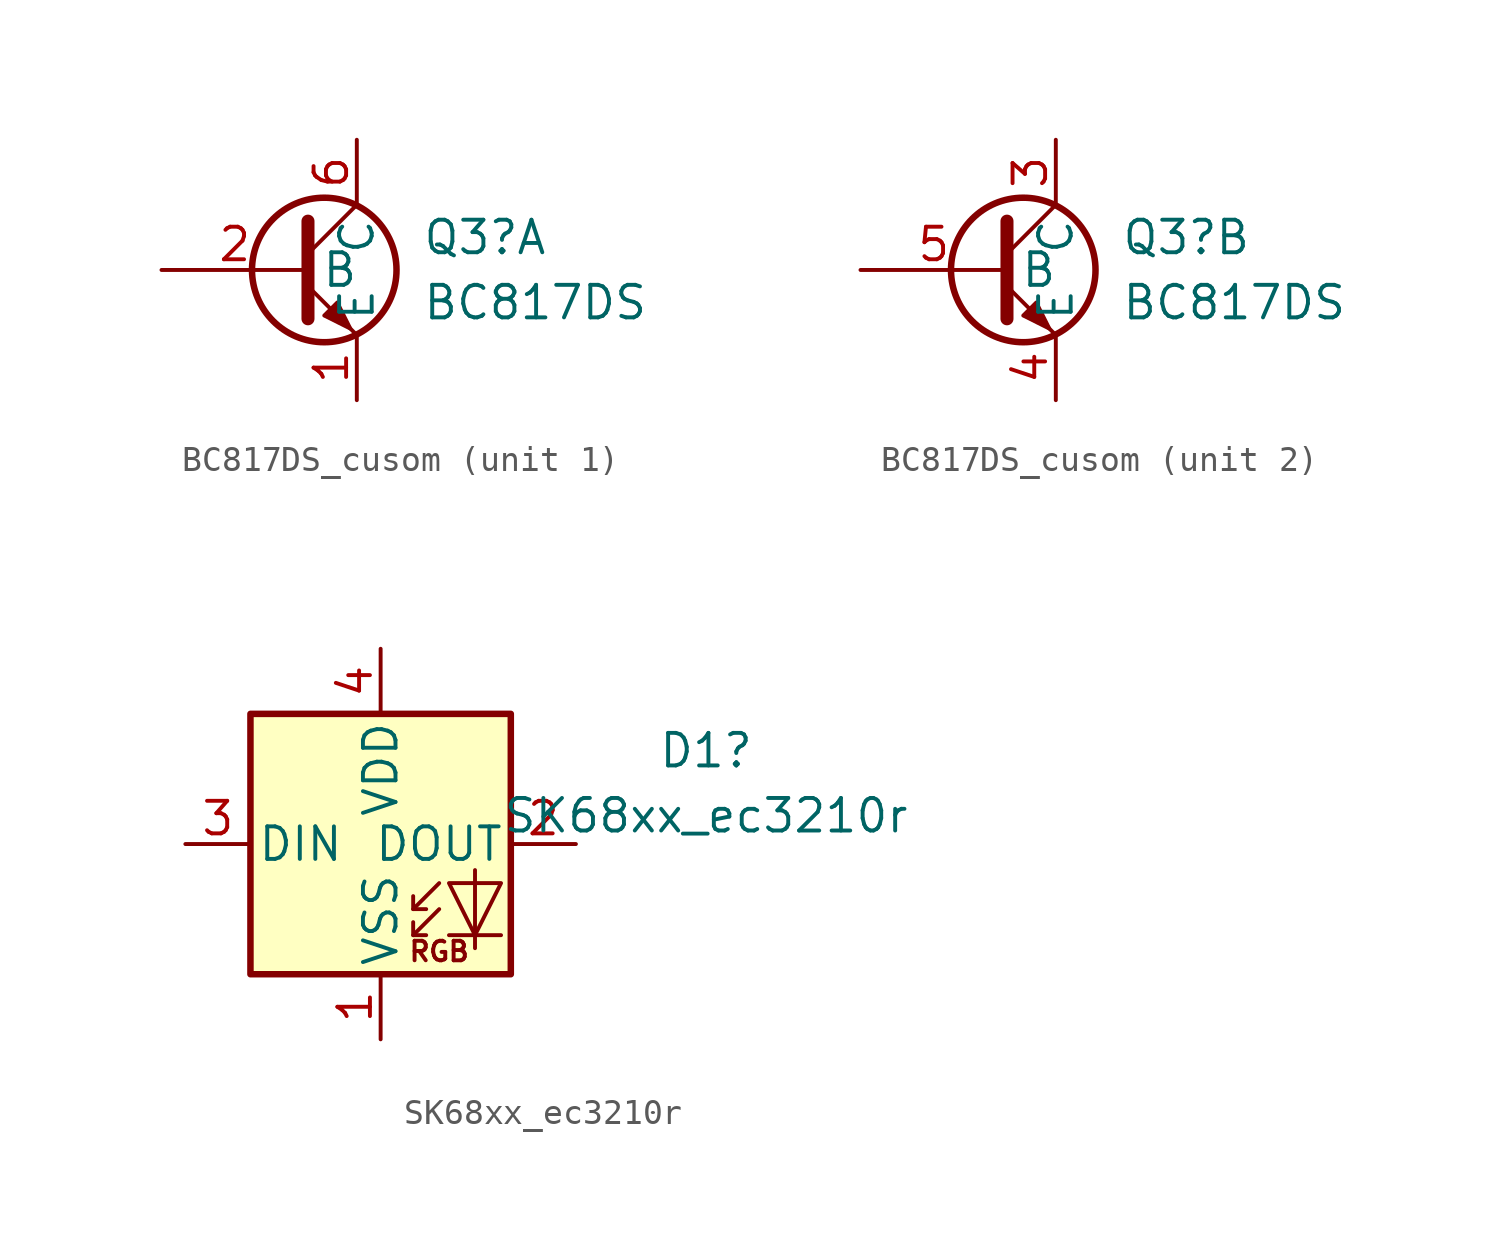
<source format=kicad_sym>
(kicad_symbol_lib
  (version 20220914)
  (generator kicad_symbol_editor)
  (symbol "BC817DS_cusom"
    (property "Reference" "Q3"
      (at 2.54 1.27 0)
      (effects (font (size 1.27 1.27)) (justify left)))
    (property "Value" "BC817DS"
      (at 2.54 -1.27 0)
      (effects (font (size 1.27 1.27)) (justify left)))
    (symbol "BC817DS_cusom_0_1"
      (circle (center -1.27 0) (radius 2.819) (stroke (width 0.254) (type default)) (fill (type none)))
      (polyline (pts (xy -1.905 0.635) (xy 0 2.54)) (stroke (width 0) (type default)) (fill (type none)))
      (polyline (pts (xy -1.905 -0.635) (xy 0 -2.54) (xy 0 -2.54)) (stroke (width 0) (type default)) (fill (type none)))
      (polyline (pts (xy -1.905 1.905) (xy -1.905 -1.905) (xy -1.905 -1.905)) (stroke (width 0.508) (type default)) (fill (type none)))
      (polyline (pts (xy -1.27 -1.778) (xy -0.762 -1.27) (xy -0.254 -2.286) (xy -1.27 -1.778) (xy -1.27 -1.778)) (stroke (width 0) (type default)) (fill (type outline))))
    (symbol "BC817DS_cusom_1_1"
      (pin passive line (at 0 -5.08 90) (length 2.54) (name "E" (effects (font (size 1.27 1.27)))) (number "1" (effects (font (size 1.27 1.27)))))
      (pin input line (at -7.62 0 0) (length 5.715) (name "B" (effects (font (size 1.27 1.27)))) (number "2" (effects (font (size 1.27 1.27)))))
      (pin passive line (at 0 5.08 270) (length 2.54) (name "C" (effects (font (size 1.27 1.27)))) (number "6" (effects (font (size 1.27 1.27))))))
    (symbol "BC817DS_cusom_2_1"
      (pin passive line (at 0 5.08 270) (length 2.54) (name "C" (effects (font (size 1.27 1.27)))) (number "3" (effects (font (size 1.27 1.27)))))
      (pin passive line (at 0 -5.08 90) (length 2.54) (name "E" (effects (font (size 1.27 1.27)))) (number "4" (effects (font (size 1.27 1.27)))))
      (pin input line (at -7.62 0 0) (length 5.715) (name "B" (effects (font (size 1.27 1.27)))) (number "5" (effects (font (size 1.27 1.27)))))))
  (symbol "SK68xx_ec3210r"
    (pin_names
      (offset 0.254))
    (property "Reference" "D1"
      (at 12.7 3.648 0)
      (effects (font (size 1.27 1.27))))
    (property "Value" "SK68xx_ec3210r"
      (at 12.7 1.108 0)
      (effects (font (size 1.27 1.27))))
    (symbol "SK68xx_ec3210r_0_0"
      (text "RGB" (at 2.286 -4.191 0) (effects (font (size 0.762 0.762)))))
    (symbol "SK68xx_ec3210r_0_1"
      (polyline (pts (xy 1.27 -3.556) (xy 1.778 -3.556)) (stroke (width 0) (type default)) (fill (type none)))
      (polyline (pts (xy 1.27 -2.54) (xy 1.778 -2.54)) (stroke (width 0) (type default)) (fill (type none)))
      (polyline (pts (xy 4.699 -3.556) (xy 2.667 -3.556)) (stroke (width 0) (type default)) (fill (type none)))
      (polyline (pts (xy 2.286 -2.54) (xy 1.27 -3.556) (xy 1.27 -3.048)) (stroke (width 0) (type default)) (fill (type none)))
      (polyline (pts (xy 2.286 -1.524) (xy 1.27 -2.54) (xy 1.27 -2.032)) (stroke (width 0) (type default)) (fill (type none)))
      (polyline (pts (xy 3.683 -1.016) (xy 3.683 -3.556) (xy 3.683 -4.064)) (stroke (width 0) (type default)) (fill (type none)))
      (polyline (pts (xy 4.699 -1.524) (xy 2.667 -1.524) (xy 3.683 -3.556) (xy 4.699 -1.524)) (stroke (width 0) (type default)) (fill (type none)))
      (rectangle (start 5.08 5.08) (end -5.08 -5.08) (stroke (width 0.254) (type default)) (fill (type background))))
    (symbol "SK68xx_ec3210r_1_1"
      (pin power_in line (at 0 -7.62 90) (length 2.54) (name "VSS" (effects (font (size 1.27 1.27)))) (number "1" (effects (font (size 1.27 1.27)))))
      (pin output line (at 7.62 0 180) (length 2.54) (name "DOUT" (effects (font (size 1.27 1.27)))) (number "2" (effects (font (size 1.27 1.27)))))
      (pin input line (at -7.62 0 0) (length 2.54) (name "DIN" (effects (font (size 1.27 1.27)))) (number "3" (effects (font (size 1.27 1.27)))))
      (pin power_in line (at 0 7.62 270) (length 2.54) (name "VDD" (effects (font (size 1.27 1.27)))) (number "4" (effects (font (size 1.27 1.27))))))))
</source>
